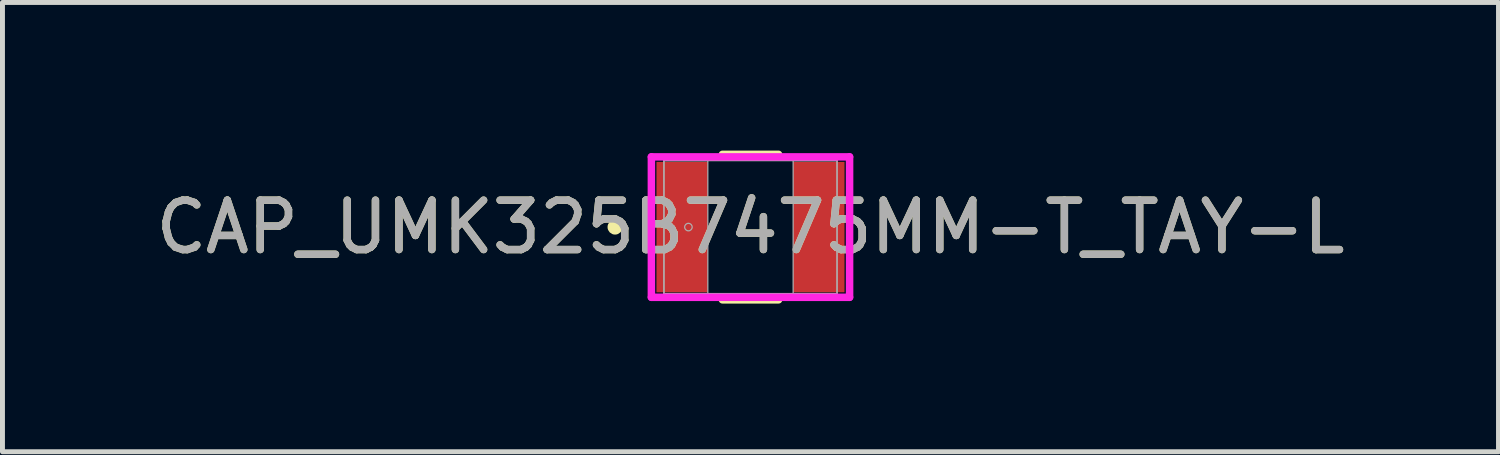
<source format=kicad_pcb>
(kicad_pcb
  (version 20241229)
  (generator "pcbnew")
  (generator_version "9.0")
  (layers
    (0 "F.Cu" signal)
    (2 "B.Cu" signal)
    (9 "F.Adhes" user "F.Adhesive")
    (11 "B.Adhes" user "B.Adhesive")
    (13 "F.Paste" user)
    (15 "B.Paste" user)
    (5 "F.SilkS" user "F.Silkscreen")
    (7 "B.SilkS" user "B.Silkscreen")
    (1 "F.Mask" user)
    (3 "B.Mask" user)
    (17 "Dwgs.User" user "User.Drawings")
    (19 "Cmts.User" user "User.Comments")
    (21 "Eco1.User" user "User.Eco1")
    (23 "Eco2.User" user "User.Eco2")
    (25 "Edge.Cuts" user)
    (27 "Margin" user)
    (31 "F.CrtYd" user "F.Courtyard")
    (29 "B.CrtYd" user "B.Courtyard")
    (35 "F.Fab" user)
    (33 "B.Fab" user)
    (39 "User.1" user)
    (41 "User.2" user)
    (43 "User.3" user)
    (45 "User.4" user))
  (footprint "CAP_UMK325B7475MM-T_TAY-L"
    (layer "F.Cu")
    (at 12.149 1.549)
    (property "Reference" "CAP_UMK325B7475MM-T_TAY-L" (at 0 0 0) (unlocked yes) (layer "F.SilkS") (effects (font (size 1 1) (thickness 0.15))))
    (attr smd)
    (fp_line (start -0.568 1.473) (end 0.568 1.473) (stroke (width 0.152) (type solid)) (layer "F.SilkS"))
    (fp_line (start 0.568 -1.473) (end -0.568 -1.473) (stroke (width 0.152) (type solid)) (layer "F.SilkS"))
    (fp_circle (center -2.743 0) (end -2.667 0) (stroke (width 0.152) (type solid)) (fill no) (layer "F.SilkS"))
    (fp_line (start -2.007 -1.422) (end 2.007 -1.422) (stroke (width 0.152) (type solid)) (layer "F.CrtYd"))
    (fp_line (start -2.007 1.422) (end -2.007 -1.422) (stroke (width 0.152) (type solid)) (layer "F.CrtYd"))
    (fp_line (start 2.007 -1.422) (end 2.007 1.422) (stroke (width 0.152) (type solid)) (layer "F.CrtYd"))
    (fp_line (start 2.007 1.422) (end -2.007 1.422) (stroke (width 0.152) (type solid)) (layer "F.CrtYd"))
    (fp_line (start -1.753 -1.346) (end -1.753 1.346) (stroke (width 0.025) (type solid)) (layer "F.Fab"))
    (fp_line (start -1.753 -1.346) (end -1.753 1.346) (stroke (width 0.025) (type solid)) (layer "F.Fab"))
    (fp_line (start -1.753 1.346) (end -0.864 1.346) (stroke (width 0.025) (type solid)) (layer "F.Fab"))
    (fp_line (start -1.753 1.346) (end 1.753 1.346) (stroke (width 0.025) (type solid)) (layer "F.Fab"))
    (fp_line (start -0.864 -1.346) (end -1.753 -1.346) (stroke (width 0.025) (type solid)) (layer "F.Fab"))
    (fp_line (start -0.864 1.346) (end -0.864 -1.346) (stroke (width 0.025) (type solid)) (layer "F.Fab"))
    (fp_line (start 0.864 -1.346) (end 0.864 1.346) (stroke (width 0.025) (type solid)) (layer "F.Fab"))
    (fp_line (start 0.864 1.346) (end 1.753 1.346) (stroke (width 0.025) (type solid)) (layer "F.Fab"))
    (fp_line (start 1.753 -1.346) (end -1.753 -1.346) (stroke (width 0.025) (type solid)) (layer "F.Fab"))
    (fp_line (start 1.753 -1.346) (end 0.864 -1.346) (stroke (width 0.025) (type solid)) (layer "F.Fab"))
    (fp_line (start 1.753 1.346) (end 1.753 -1.346) (stroke (width 0.025) (type solid)) (layer "F.Fab"))
    (fp_line (start 1.753 1.346) (end 1.753 -1.346) (stroke (width 0.025) (type solid)) (layer "F.Fab"))
    (fp_circle (center -1.257 0) (end -1.181 0) (stroke (width 0.025) (type solid)) (fill no) (layer "F.Fab"))
    (fp_text user "${REFERENCE}" (at 0 0 0) (unlocked yes) (layer "F.Fab") (effects (font (size 1 1) (thickness 0.15))))
    (pad "1" smd rect (at -1.384 0) (size 1.041 2.642) (layers "F.Cu" "F.Mask" "F.Paste"))
    (pad "2" smd rect (at 1.384 0) (size 1.041 2.642) (layers "F.Cu" "F.Mask" "F.Paste"))
    (zone (net_name "") (layer "F.Cu") (hatch full 0.508) (connect_pads) (min_thickness 0.254) (filled_areas_thickness no) (keepout (tracks not_allowed) (vias not_allowed) (pads allowed) (copperpour not_allowed) (footprints allowed)) (placement (enabled no)) (fill) (polygon (pts (xy 11.336 0.254) (xy 12.962 0.254) (xy 12.962 2.845) (xy 11.336 2.845)))))
  (gr_rect
    (start -3 -3)
    (end 27.298 6.099)
    (stroke (width 0.1) (type default))
    (fill no)
    (layer "Edge.Cuts")))
</source>
